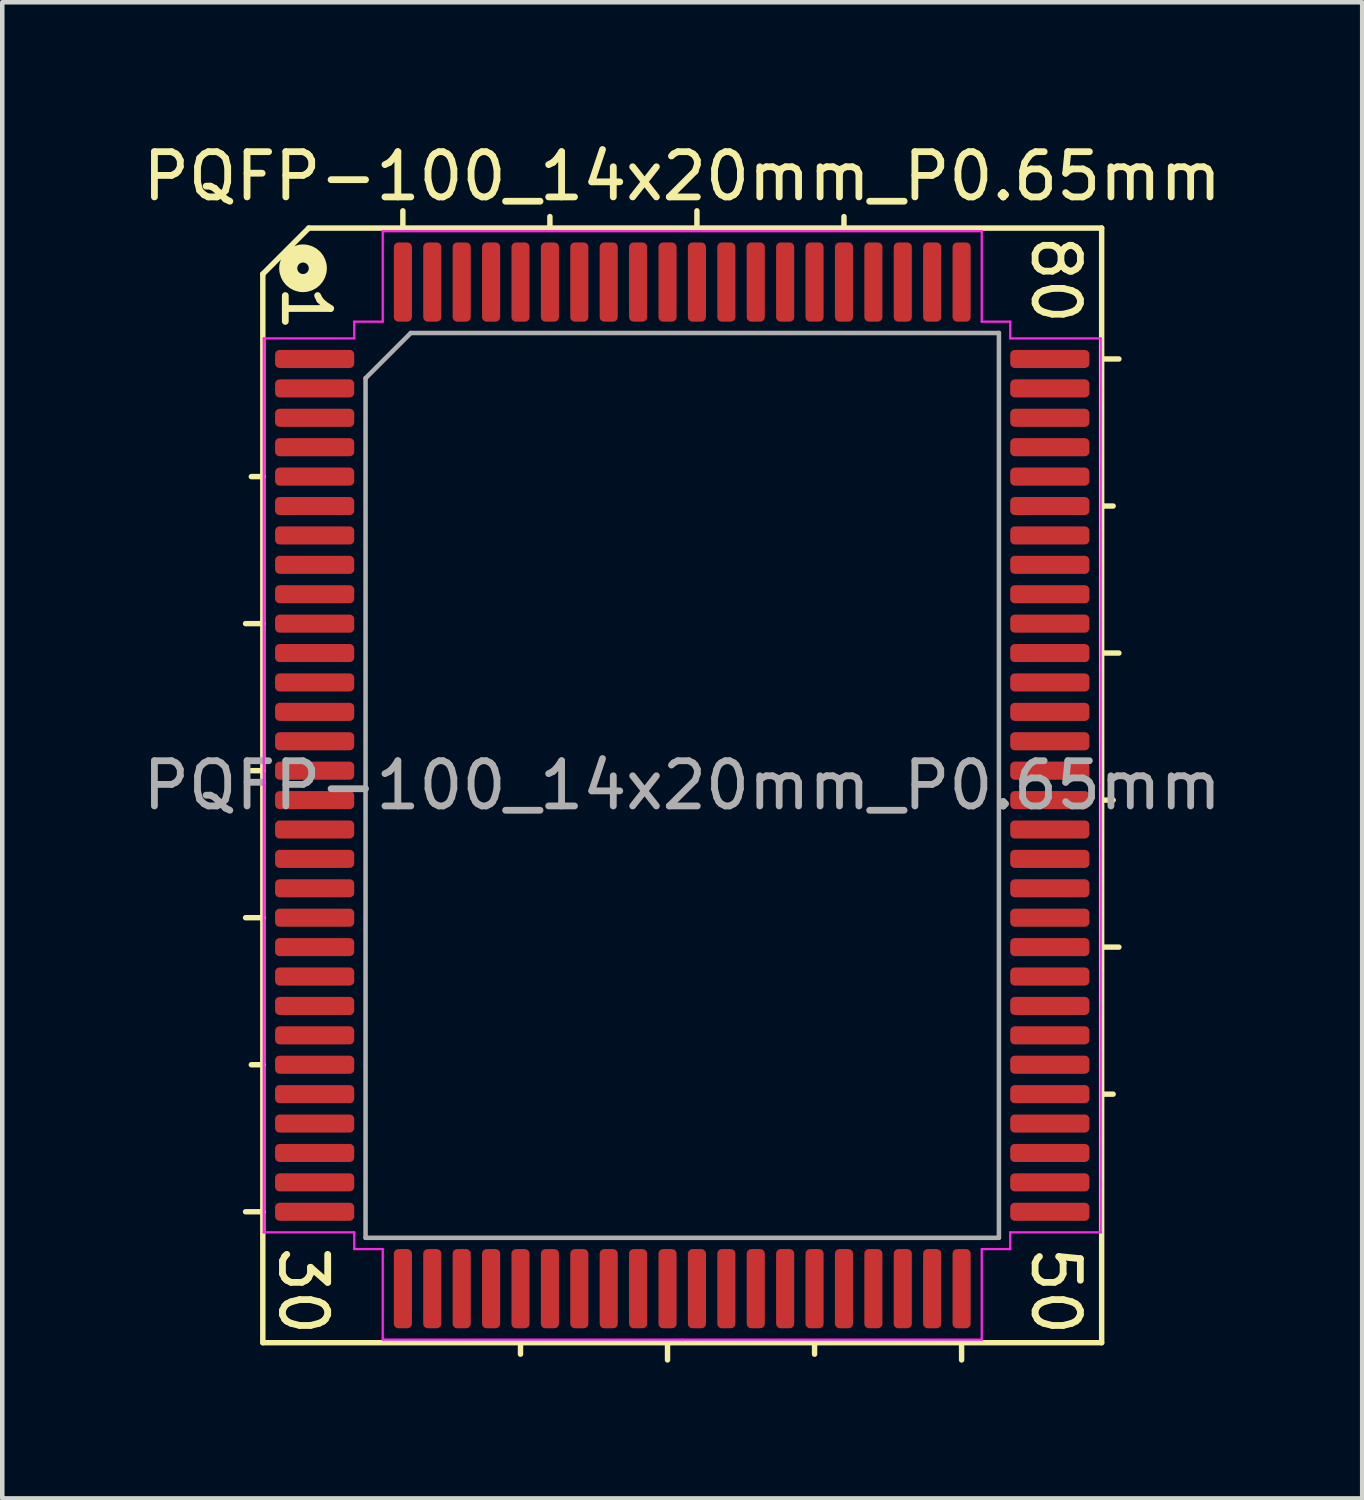
<source format=kicad_pcb>
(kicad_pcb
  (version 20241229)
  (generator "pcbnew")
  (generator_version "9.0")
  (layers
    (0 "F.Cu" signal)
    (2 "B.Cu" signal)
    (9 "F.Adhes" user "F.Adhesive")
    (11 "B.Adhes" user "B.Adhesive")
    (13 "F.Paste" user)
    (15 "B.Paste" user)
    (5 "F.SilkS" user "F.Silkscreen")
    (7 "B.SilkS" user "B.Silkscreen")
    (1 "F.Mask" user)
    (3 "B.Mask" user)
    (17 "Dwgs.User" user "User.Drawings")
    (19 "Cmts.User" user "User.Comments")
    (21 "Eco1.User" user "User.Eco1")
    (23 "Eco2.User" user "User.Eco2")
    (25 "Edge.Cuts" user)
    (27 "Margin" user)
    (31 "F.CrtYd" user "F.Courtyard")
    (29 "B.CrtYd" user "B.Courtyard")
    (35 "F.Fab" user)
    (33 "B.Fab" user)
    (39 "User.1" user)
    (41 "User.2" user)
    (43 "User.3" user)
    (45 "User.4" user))
  (footprint "PQFP-100_14x20mm_P0.65mm"
    (layer "F.Cu")
    (at 12.03 14.31)
    (property "Reference" "PQFP-100_14x20mm_P0.65mm" (at 0 -13.462 0) (layer "F.SilkS") (effects (font (size 1 1) (thickness 0.15))))
    (attr smd)
    (fp_line (start -9.271 -11.303) (end -9.271 12.319) (stroke (width 0.12) (type solid)) (layer "F.SilkS"))
    (fp_line (start -9.271 -6.825) (end -9.525 -6.825) (stroke (width 0.12) (type solid)) (layer "F.SilkS"))
    (fp_line (start -9.271 -3.575) (end -9.652 -3.575) (stroke (width 0.12) (type solid)) (layer "F.SilkS"))
    (fp_line (start -9.271 -0.325) (end -9.525 -0.325) (stroke (width 0.12) (type solid)) (layer "F.SilkS"))
    (fp_line (start -9.271 2.925) (end -9.652 2.925) (stroke (width 0.12) (type solid)) (layer "F.SilkS"))
    (fp_line (start -9.271 6.175) (end -9.525 6.175) (stroke (width 0.12) (type solid)) (layer "F.SilkS"))
    (fp_line (start -9.271 9.425) (end -9.652 9.425) (stroke (width 0.12) (type solid)) (layer "F.SilkS"))
    (fp_line (start -9.271 12.319) (end 9.271 12.319) (stroke (width 0.12) (type solid)) (layer "F.SilkS"))
    (fp_line (start -8.255 -12.319) (end -9.271 -11.303) (stroke (width 0.12) (type solid)) (layer "F.SilkS"))
    (fp_line (start -6.175 -12.319) (end -6.175 -12.7) (stroke (width 0.12) (type solid)) (layer "F.SilkS"))
    (fp_line (start -3.575 12.319) (end -3.575 12.573) (stroke (width 0.12) (type solid)) (layer "F.SilkS"))
    (fp_line (start -2.925 -12.319) (end -2.925 -12.573) (stroke (width 0.12) (type solid)) (layer "F.SilkS"))
    (fp_line (start -0.325 12.319) (end -0.325 12.7) (stroke (width 0.12) (type solid)) (layer "F.SilkS"))
    (fp_line (start 0.325 -12.319) (end 0.325 -12.7) (stroke (width 0.12) (type solid)) (layer "F.SilkS"))
    (fp_line (start 2.925 12.319) (end 2.925 12.573) (stroke (width 0.12) (type solid)) (layer "F.SilkS"))
    (fp_line (start 3.575 -12.319) (end 3.575 -12.573) (stroke (width 0.12) (type solid)) (layer "F.SilkS"))
    (fp_line (start 6.175 12.319) (end 6.175 12.7) (stroke (width 0.12) (type solid)) (layer "F.SilkS"))
    (fp_line (start 9.271 -12.319) (end -8.255 -12.319) (stroke (width 0.12) (type solid)) (layer "F.SilkS"))
    (fp_line (start 9.271 -9.425) (end 9.652 -9.425) (stroke (width 0.12) (type solid)) (layer "F.SilkS"))
    (fp_line (start 9.271 -6.175) (end 9.525 -6.175) (stroke (width 0.12) (type solid)) (layer "F.SilkS"))
    (fp_line (start 9.271 -2.925) (end 9.652 -2.925) (stroke (width 0.12) (type solid)) (layer "F.SilkS"))
    (fp_line (start 9.271 0.325) (end 9.525 0.325) (stroke (width 0.12) (type solid)) (layer "F.SilkS"))
    (fp_line (start 9.271 3.575) (end 9.652 3.575) (stroke (width 0.12) (type solid)) (layer "F.SilkS"))
    (fp_line (start 9.271 6.825) (end 9.525 6.825) (stroke (width 0.12) (type solid)) (layer "F.SilkS"))
    (fp_line (start 9.271 12.319) (end 9.271 -12.319) (stroke (width 0.12) (type solid)) (layer "F.SilkS"))
    (fp_circle (center -8.382 -11.43) (end -8.255 -11.43) (stroke (width 0.4) (type solid)) (fill no) (layer "F.SilkS"))
    (fp_line (start -9.25 -9.88) (end -9.25 0) (stroke (width 0.05) (type solid)) (layer "F.CrtYd"))
    (fp_line (start -9.25 9.88) (end -9.25 0) (stroke (width 0.05) (type solid)) (layer "F.CrtYd"))
    (fp_line (start -7.25 -10.25) (end -7.25 -9.88) (stroke (width 0.05) (type solid)) (layer "F.CrtYd"))
    (fp_line (start -7.25 -9.88) (end -9.25 -9.88) (stroke (width 0.05) (type solid)) (layer "F.CrtYd"))
    (fp_line (start -7.25 9.88) (end -9.25 9.88) (stroke (width 0.05) (type solid)) (layer "F.CrtYd"))
    (fp_line (start -7.25 10.25) (end -7.25 9.88) (stroke (width 0.05) (type solid)) (layer "F.CrtYd"))
    (fp_line (start -6.62 -12.25) (end -6.62 -10.25) (stroke (width 0.05) (type solid)) (layer "F.CrtYd"))
    (fp_line (start -6.62 -10.25) (end -7.25 -10.25) (stroke (width 0.05) (type solid)) (layer "F.CrtYd"))
    (fp_line (start -6.62 10.25) (end -7.25 10.25) (stroke (width 0.05) (type solid)) (layer "F.CrtYd"))
    (fp_line (start -6.62 12.25) (end -6.62 10.25) (stroke (width 0.05) (type solid)) (layer "F.CrtYd"))
    (fp_line (start 0 -12.25) (end -6.62 -12.25) (stroke (width 0.05) (type solid)) (layer "F.CrtYd"))
    (fp_line (start 0 -12.25) (end 6.62 -12.25) (stroke (width 0.05) (type solid)) (layer "F.CrtYd"))
    (fp_line (start 0 12.25) (end -6.62 12.25) (stroke (width 0.05) (type solid)) (layer "F.CrtYd"))
    (fp_line (start 0 12.25) (end 6.62 12.25) (stroke (width 0.05) (type solid)) (layer "F.CrtYd"))
    (fp_line (start 6.62 -12.25) (end 6.62 -10.25) (stroke (width 0.05) (type solid)) (layer "F.CrtYd"))
    (fp_line (start 6.62 -10.25) (end 7.25 -10.25) (stroke (width 0.05) (type solid)) (layer "F.CrtYd"))
    (fp_line (start 6.62 10.25) (end 7.25 10.25) (stroke (width 0.05) (type solid)) (layer "F.CrtYd"))
    (fp_line (start 6.62 12.25) (end 6.62 10.25) (stroke (width 0.05) (type solid)) (layer "F.CrtYd"))
    (fp_line (start 7.25 -10.25) (end 7.25 -9.88) (stroke (width 0.05) (type solid)) (layer "F.CrtYd"))
    (fp_line (start 7.25 -9.88) (end 9.25 -9.88) (stroke (width 0.05) (type solid)) (layer "F.CrtYd"))
    (fp_line (start 7.25 9.88) (end 9.25 9.88) (stroke (width 0.05) (type solid)) (layer "F.CrtYd"))
    (fp_line (start 7.25 10.25) (end 7.25 9.88) (stroke (width 0.05) (type solid)) (layer "F.CrtYd"))
    (fp_line (start 9.25 -9.88) (end 9.25 0) (stroke (width 0.05) (type solid)) (layer "F.CrtYd"))
    (fp_line (start 9.25 9.88) (end 9.25 0) (stroke (width 0.05) (type solid)) (layer "F.CrtYd"))
    (fp_line (start -7 -9) (end -6 -10) (stroke (width 0.1) (type solid)) (layer "F.Fab"))
    (fp_line (start -7 10) (end -7 -9) (stroke (width 0.1) (type solid)) (layer "F.Fab"))
    (fp_line (start -6 -10) (end 7 -10) (stroke (width 0.1) (type solid)) (layer "F.Fab"))
    (fp_line (start 7 -10) (end 7 10) (stroke (width 0.1) (type solid)) (layer "F.Fab"))
    (fp_line (start 7 10) (end -7 10) (stroke (width 0.1) (type solid)) (layer "F.Fab"))
    (fp_text user "30" (at -8.382 11.176 270) (unlocked yes) (layer "F.SilkS") (effects (font (size 1 1) (thickness 0.15))))
    (fp_text user "1" (at -8.319 -10.541 270) (unlocked yes) (layer "F.SilkS") (effects (font (size 1 1) (thickness 0.15))))
    (fp_text user "50" (at 8.255 11.176 270) (unlocked yes) (layer "F.SilkS") (effects (font (size 1 1) (thickness 0.15))))
    (fp_text user "80" (at 8.255 -11.176 270) (unlocked yes) (layer "F.SilkS") (effects (font (size 1 1) (thickness 0.15))))
    (fp_text user "${REFERENCE}" (at 0 0 0) (layer "F.Fab") (effects (font (size 1 1) (thickness 0.15))))
    (pad "1" smd roundrect (at -8.125 -9.425) (size 1.75 0.4) (layers "F.Cu" "F.Mask" "F.Paste") (roundrect_rratio 0.25))
    (pad "2" smd roundrect (at -8.125 -8.775) (size 1.75 0.4) (layers "F.Cu" "F.Mask" "F.Paste") (roundrect_rratio 0.25))
    (pad "3" smd roundrect (at -8.125 -8.125) (size 1.75 0.4) (layers "F.Cu" "F.Mask" "F.Paste") (roundrect_rratio 0.25))
    (pad "4" smd roundrect (at -8.125 -7.475) (size 1.75 0.4) (layers "F.Cu" "F.Mask" "F.Paste") (roundrect_rratio 0.25))
    (pad "5" smd roundrect (at -8.125 -6.825) (size 1.75 0.4) (layers "F.Cu" "F.Mask" "F.Paste") (roundrect_rratio 0.25))
    (pad "6" smd roundrect (at -8.125 -6.175) (size 1.75 0.4) (layers "F.Cu" "F.Mask" "F.Paste") (roundrect_rratio 0.25))
    (pad "7" smd roundrect (at -8.125 -5.525) (size 1.75 0.4) (layers "F.Cu" "F.Mask" "F.Paste") (roundrect_rratio 0.25))
    (pad "8" smd roundrect (at -8.125 -4.875) (size 1.75 0.4) (layers "F.Cu" "F.Mask" "F.Paste") (roundrect_rratio 0.25))
    (pad "9" smd roundrect (at -8.125 -4.225) (size 1.75 0.4) (layers "F.Cu" "F.Mask" "F.Paste") (roundrect_rratio 0.25))
    (pad "10" smd roundrect (at -8.125 -3.575) (size 1.75 0.4) (layers "F.Cu" "F.Mask" "F.Paste") (roundrect_rratio 0.25))
    (pad "11" smd roundrect (at -8.125 -2.925) (size 1.75 0.4) (layers "F.Cu" "F.Mask" "F.Paste") (roundrect_rratio 0.25))
    (pad "12" smd roundrect (at -8.125 -2.275) (size 1.75 0.4) (layers "F.Cu" "F.Mask" "F.Paste") (roundrect_rratio 0.25))
    (pad "13" smd roundrect (at -8.125 -1.625) (size 1.75 0.4) (layers "F.Cu" "F.Mask" "F.Paste") (roundrect_rratio 0.25))
    (pad "14" smd roundrect (at -8.125 -0.975) (size 1.75 0.4) (layers "F.Cu" "F.Mask" "F.Paste") (roundrect_rratio 0.25))
    (pad "15" smd roundrect (at -8.125 -0.325) (size 1.75 0.4) (layers "F.Cu" "F.Mask" "F.Paste") (roundrect_rratio 0.25))
    (pad "16" smd roundrect (at -8.125 0.325) (size 1.75 0.4) (layers "F.Cu" "F.Mask" "F.Paste") (roundrect_rratio 0.25))
    (pad "17" smd roundrect (at -8.125 0.975) (size 1.75 0.4) (layers "F.Cu" "F.Mask" "F.Paste") (roundrect_rratio 0.25))
    (pad "18" smd roundrect (at -8.125 1.625) (size 1.75 0.4) (layers "F.Cu" "F.Mask" "F.Paste") (roundrect_rratio 0.25))
    (pad "19" smd roundrect (at -8.125 2.275) (size 1.75 0.4) (layers "F.Cu" "F.Mask" "F.Paste") (roundrect_rratio 0.25))
    (pad "20" smd roundrect (at -8.125 2.925) (size 1.75 0.4) (layers "F.Cu" "F.Mask" "F.Paste") (roundrect_rratio 0.25))
    (pad "21" smd roundrect (at -8.125 3.575) (size 1.75 0.4) (layers "F.Cu" "F.Mask" "F.Paste") (roundrect_rratio 0.25))
    (pad "22" smd roundrect (at -8.125 4.225) (size 1.75 0.4) (layers "F.Cu" "F.Mask" "F.Paste") (roundrect_rratio 0.25))
    (pad "23" smd roundrect (at -8.125 4.875) (size 1.75 0.4) (layers "F.Cu" "F.Mask" "F.Paste") (roundrect_rratio 0.25))
    (pad "24" smd roundrect (at -8.125 5.525) (size 1.75 0.4) (layers "F.Cu" "F.Mask" "F.Paste") (roundrect_rratio 0.25))
    (pad "25" smd roundrect (at -8.125 6.175) (size 1.75 0.4) (layers "F.Cu" "F.Mask" "F.Paste") (roundrect_rratio 0.25))
    (pad "26" smd roundrect (at -8.125 6.825) (size 1.75 0.4) (layers "F.Cu" "F.Mask" "F.Paste") (roundrect_rratio 0.25))
    (pad "27" smd roundrect (at -8.125 7.475) (size 1.75 0.4) (layers "F.Cu" "F.Mask" "F.Paste") (roundrect_rratio 0.25))
    (pad "28" smd roundrect (at -8.125 8.125) (size 1.75 0.4) (layers "F.Cu" "F.Mask" "F.Paste") (roundrect_rratio 0.25))
    (pad "29" smd roundrect (at -8.125 8.775) (size 1.75 0.4) (layers "F.Cu" "F.Mask" "F.Paste") (roundrect_rratio 0.25))
    (pad "30" smd roundrect (at -8.125 9.425) (size 1.75 0.4) (layers "F.Cu" "F.Mask" "F.Paste") (roundrect_rratio 0.25))
    (pad "31" smd roundrect (at -6.175 11.125) (size 0.4 1.75) (layers "F.Cu" "F.Mask" "F.Paste") (roundrect_rratio 0.25))
    (pad "32" smd roundrect (at -5.525 11.125) (size 0.4 1.75) (layers "F.Cu" "F.Mask" "F.Paste") (roundrect_rratio 0.25))
    (pad "33" smd roundrect (at -4.875 11.125) (size 0.4 1.75) (layers "F.Cu" "F.Mask" "F.Paste") (roundrect_rratio 0.25))
    (pad "34" smd roundrect (at -4.225 11.125) (size 0.4 1.75) (layers "F.Cu" "F.Mask" "F.Paste") (roundrect_rratio 0.25))
    (pad "35" smd roundrect (at -3.575 11.125) (size 0.4 1.75) (layers "F.Cu" "F.Mask" "F.Paste") (roundrect_rratio 0.25))
    (pad "36" smd roundrect (at -2.925 11.125) (size 0.4 1.75) (layers "F.Cu" "F.Mask" "F.Paste") (roundrect_rratio 0.25))
    (pad "37" smd roundrect (at -2.275 11.125) (size 0.4 1.75) (layers "F.Cu" "F.Mask" "F.Paste") (roundrect_rratio 0.25))
    (pad "38" smd roundrect (at -1.625 11.125) (size 0.4 1.75) (layers "F.Cu" "F.Mask" "F.Paste") (roundrect_rratio 0.25))
    (pad "39" smd roundrect (at -0.975 11.125) (size 0.4 1.75) (layers "F.Cu" "F.Mask" "F.Paste") (roundrect_rratio 0.25))
    (pad "40" smd roundrect (at -0.325 11.125) (size 0.4 1.75) (layers "F.Cu" "F.Mask" "F.Paste") (roundrect_rratio 0.25))
    (pad "41" smd roundrect (at 0.325 11.125) (size 0.4 1.75) (layers "F.Cu" "F.Mask" "F.Paste") (roundrect_rratio 0.25))
    (pad "42" smd roundrect (at 0.975 11.125) (size 0.4 1.75) (layers "F.Cu" "F.Mask" "F.Paste") (roundrect_rratio 0.25))
    (pad "43" smd roundrect (at 1.625 11.125) (size 0.4 1.75) (layers "F.Cu" "F.Mask" "F.Paste") (roundrect_rratio 0.25))
    (pad "44" smd roundrect (at 2.275 11.125) (size 0.4 1.75) (layers "F.Cu" "F.Mask" "F.Paste") (roundrect_rratio 0.25))
    (pad "45" smd roundrect (at 2.925 11.125) (size 0.4 1.75) (layers "F.Cu" "F.Mask" "F.Paste") (roundrect_rratio 0.25))
    (pad "46" smd roundrect (at 3.575 11.125) (size 0.4 1.75) (layers "F.Cu" "F.Mask" "F.Paste") (roundrect_rratio 0.25))
    (pad "47" smd roundrect (at 4.225 11.125) (size 0.4 1.75) (layers "F.Cu" "F.Mask" "F.Paste") (roundrect_rratio 0.25))
    (pad "48" smd roundrect (at 4.875 11.125) (size 0.4 1.75) (layers "F.Cu" "F.Mask" "F.Paste") (roundrect_rratio 0.25))
    (pad "49" smd roundrect (at 5.525 11.125) (size 0.4 1.75) (layers "F.Cu" "F.Mask" "F.Paste") (roundrect_rratio 0.25))
    (pad "50" smd roundrect (at 6.175 11.125) (size 0.4 1.75) (layers "F.Cu" "F.Mask" "F.Paste") (roundrect_rratio 0.25))
    (pad "51" smd roundrect (at 8.125 9.425) (size 1.75 0.4) (layers "F.Cu" "F.Mask" "F.Paste") (roundrect_rratio 0.25))
    (pad "52" smd roundrect (at 8.125 8.775) (size 1.75 0.4) (layers "F.Cu" "F.Mask" "F.Paste") (roundrect_rratio 0.25))
    (pad "53" smd roundrect (at 8.125 8.125) (size 1.75 0.4) (layers "F.Cu" "F.Mask" "F.Paste") (roundrect_rratio 0.25))
    (pad "54" smd roundrect (at 8.125 7.475) (size 1.75 0.4) (layers "F.Cu" "F.Mask" "F.Paste") (roundrect_rratio 0.25))
    (pad "55" smd roundrect (at 8.125 6.825) (size 1.75 0.4) (layers "F.Cu" "F.Mask" "F.Paste") (roundrect_rratio 0.25))
    (pad "56" smd roundrect (at 8.125 6.175) (size 1.75 0.4) (layers "F.Cu" "F.Mask" "F.Paste") (roundrect_rratio 0.25))
    (pad "57" smd roundrect (at 8.125 5.525) (size 1.75 0.4) (layers "F.Cu" "F.Mask" "F.Paste") (roundrect_rratio 0.25))
    (pad "58" smd roundrect (at 8.125 4.875) (size 1.75 0.4) (layers "F.Cu" "F.Mask" "F.Paste") (roundrect_rratio 0.25))
    (pad "59" smd roundrect (at 8.125 4.225) (size 1.75 0.4) (layers "F.Cu" "F.Mask" "F.Paste") (roundrect_rratio 0.25))
    (pad "60" smd roundrect (at 8.125 3.575) (size 1.75 0.4) (layers "F.Cu" "F.Mask" "F.Paste") (roundrect_rratio 0.25))
    (pad "61" smd roundrect (at 8.125 2.925) (size 1.75 0.4) (layers "F.Cu" "F.Mask" "F.Paste") (roundrect_rratio 0.25))
    (pad "62" smd roundrect (at 8.125 2.275) (size 1.75 0.4) (layers "F.Cu" "F.Mask" "F.Paste") (roundrect_rratio 0.25))
    (pad "63" smd roundrect (at 8.125 1.625) (size 1.75 0.4) (layers "F.Cu" "F.Mask" "F.Paste") (roundrect_rratio 0.25))
    (pad "64" smd roundrect (at 8.125 0.975) (size 1.75 0.4) (layers "F.Cu" "F.Mask" "F.Paste") (roundrect_rratio 0.25))
    (pad "65" smd roundrect (at 8.125 0.325) (size 1.75 0.4) (layers "F.Cu" "F.Mask" "F.Paste") (roundrect_rratio 0.25))
    (pad "66" smd roundrect (at 8.125 -0.325) (size 1.75 0.4) (layers "F.Cu" "F.Mask" "F.Paste") (roundrect_rratio 0.25))
    (pad "67" smd roundrect (at 8.125 -0.975) (size 1.75 0.4) (layers "F.Cu" "F.Mask" "F.Paste") (roundrect_rratio 0.25))
    (pad "68" smd roundrect (at 8.125 -1.625) (size 1.75 0.4) (layers "F.Cu" "F.Mask" "F.Paste") (roundrect_rratio 0.25))
    (pad "69" smd roundrect (at 8.125 -2.275) (size 1.75 0.4) (layers "F.Cu" "F.Mask" "F.Paste") (roundrect_rratio 0.25))
    (pad "70" smd roundrect (at 8.125 -2.925) (size 1.75 0.4) (layers "F.Cu" "F.Mask" "F.Paste") (roundrect_rratio 0.25))
    (pad "71" smd roundrect (at 8.125 -3.575) (size 1.75 0.4) (layers "F.Cu" "F.Mask" "F.Paste") (roundrect_rratio 0.25))
    (pad "72" smd roundrect (at 8.125 -4.225) (size 1.75 0.4) (layers "F.Cu" "F.Mask" "F.Paste") (roundrect_rratio 0.25))
    (pad "73" smd roundrect (at 8.125 -4.875) (size 1.75 0.4) (layers "F.Cu" "F.Mask" "F.Paste") (roundrect_rratio 0.25))
    (pad "74" smd roundrect (at 8.125 -5.525) (size 1.75 0.4) (layers "F.Cu" "F.Mask" "F.Paste") (roundrect_rratio 0.25))
    (pad "75" smd roundrect (at 8.125 -6.175) (size 1.75 0.4) (layers "F.Cu" "F.Mask" "F.Paste") (roundrect_rratio 0.25))
    (pad "76" smd roundrect (at 8.125 -6.825) (size 1.75 0.4) (layers "F.Cu" "F.Mask" "F.Paste") (roundrect_rratio 0.25))
    (pad "77" smd roundrect (at 8.125 -7.475) (size 1.75 0.4) (layers "F.Cu" "F.Mask" "F.Paste") (roundrect_rratio 0.25))
    (pad "78" smd roundrect (at 8.125 -8.125) (size 1.75 0.4) (layers "F.Cu" "F.Mask" "F.Paste") (roundrect_rratio 0.25))
    (pad "79" smd roundrect (at 8.125 -8.775) (size 1.75 0.4) (layers "F.Cu" "F.Mask" "F.Paste") (roundrect_rratio 0.25))
    (pad "80" smd roundrect (at 8.125 -9.425) (size 1.75 0.4) (layers "F.Cu" "F.Mask" "F.Paste") (roundrect_rratio 0.25))
    (pad "81" smd roundrect (at 6.175 -11.125) (size 0.4 1.75) (layers "F.Cu" "F.Mask" "F.Paste") (roundrect_rratio 0.25))
    (pad "82" smd roundrect (at 5.525 -11.125) (size 0.4 1.75) (layers "F.Cu" "F.Mask" "F.Paste") (roundrect_rratio 0.25))
    (pad "83" smd roundrect (at 4.875 -11.125) (size 0.4 1.75) (layers "F.Cu" "F.Mask" "F.Paste") (roundrect_rratio 0.25))
    (pad "84" smd roundrect (at 4.225 -11.125) (size 0.4 1.75) (layers "F.Cu" "F.Mask" "F.Paste") (roundrect_rratio 0.25))
    (pad "85" smd roundrect (at 3.575 -11.125) (size 0.4 1.75) (layers "F.Cu" "F.Mask" "F.Paste") (roundrect_rratio 0.25))
    (pad "86" smd roundrect (at 2.925 -11.125) (size 0.4 1.75) (layers "F.Cu" "F.Mask" "F.Paste") (roundrect_rratio 0.25))
    (pad "87" smd roundrect (at 2.275 -11.125) (size 0.4 1.75) (layers "F.Cu" "F.Mask" "F.Paste") (roundrect_rratio 0.25))
    (pad "88" smd roundrect (at 1.625 -11.125) (size 0.4 1.75) (layers "F.Cu" "F.Mask" "F.Paste") (roundrect_rratio 0.25))
    (pad "89" smd roundrect (at 0.975 -11.125) (size 0.4 1.75) (layers "F.Cu" "F.Mask" "F.Paste") (roundrect_rratio 0.25))
    (pad "90" smd roundrect (at 0.325 -11.125) (size 0.4 1.75) (layers "F.Cu" "F.Mask" "F.Paste") (roundrect_rratio 0.25))
    (pad "91" smd roundrect (at -0.325 -11.125) (size 0.4 1.75) (layers "F.Cu" "F.Mask" "F.Paste") (roundrect_rratio 0.25))
    (pad "92" smd roundrect (at -0.975 -11.125) (size 0.4 1.75) (layers "F.Cu" "F.Mask" "F.Paste") (roundrect_rratio 0.25))
    (pad "93" smd roundrect (at -1.625 -11.125) (size 0.4 1.75) (layers "F.Cu" "F.Mask" "F.Paste") (roundrect_rratio 0.25))
    (pad "94" smd roundrect (at -2.275 -11.125) (size 0.4 1.75) (layers "F.Cu" "F.Mask" "F.Paste") (roundrect_rratio 0.25))
    (pad "95" smd roundrect (at -2.925 -11.125) (size 0.4 1.75) (layers "F.Cu" "F.Mask" "F.Paste") (roundrect_rratio 0.25))
    (pad "96" smd roundrect (at -3.575 -11.125) (size 0.4 1.75) (layers "F.Cu" "F.Mask" "F.Paste") (roundrect_rratio 0.25))
    (pad "97" smd roundrect (at -4.225 -11.125) (size 0.4 1.75) (layers "F.Cu" "F.Mask" "F.Paste") (roundrect_rratio 0.25))
    (pad "98" smd roundrect (at -4.875 -11.125) (size 0.4 1.75) (layers "F.Cu" "F.Mask" "F.Paste") (roundrect_rratio 0.25))
    (pad "99" smd roundrect (at -5.525 -11.125) (size 0.4 1.75) (layers "F.Cu" "F.Mask" "F.Paste") (roundrect_rratio 0.25))
    (pad "100" smd roundrect (at -6.175 -11.125) (size 0.4 1.75) (layers "F.Cu" "F.Mask" "F.Paste") (roundrect_rratio 0.25)))
  (gr_rect
    (start -3 -3)
    (end 27.06 30.07)
    (stroke (width 0.1) (type default))
    (fill no)
    (layer "Edge.Cuts")))
</source>
